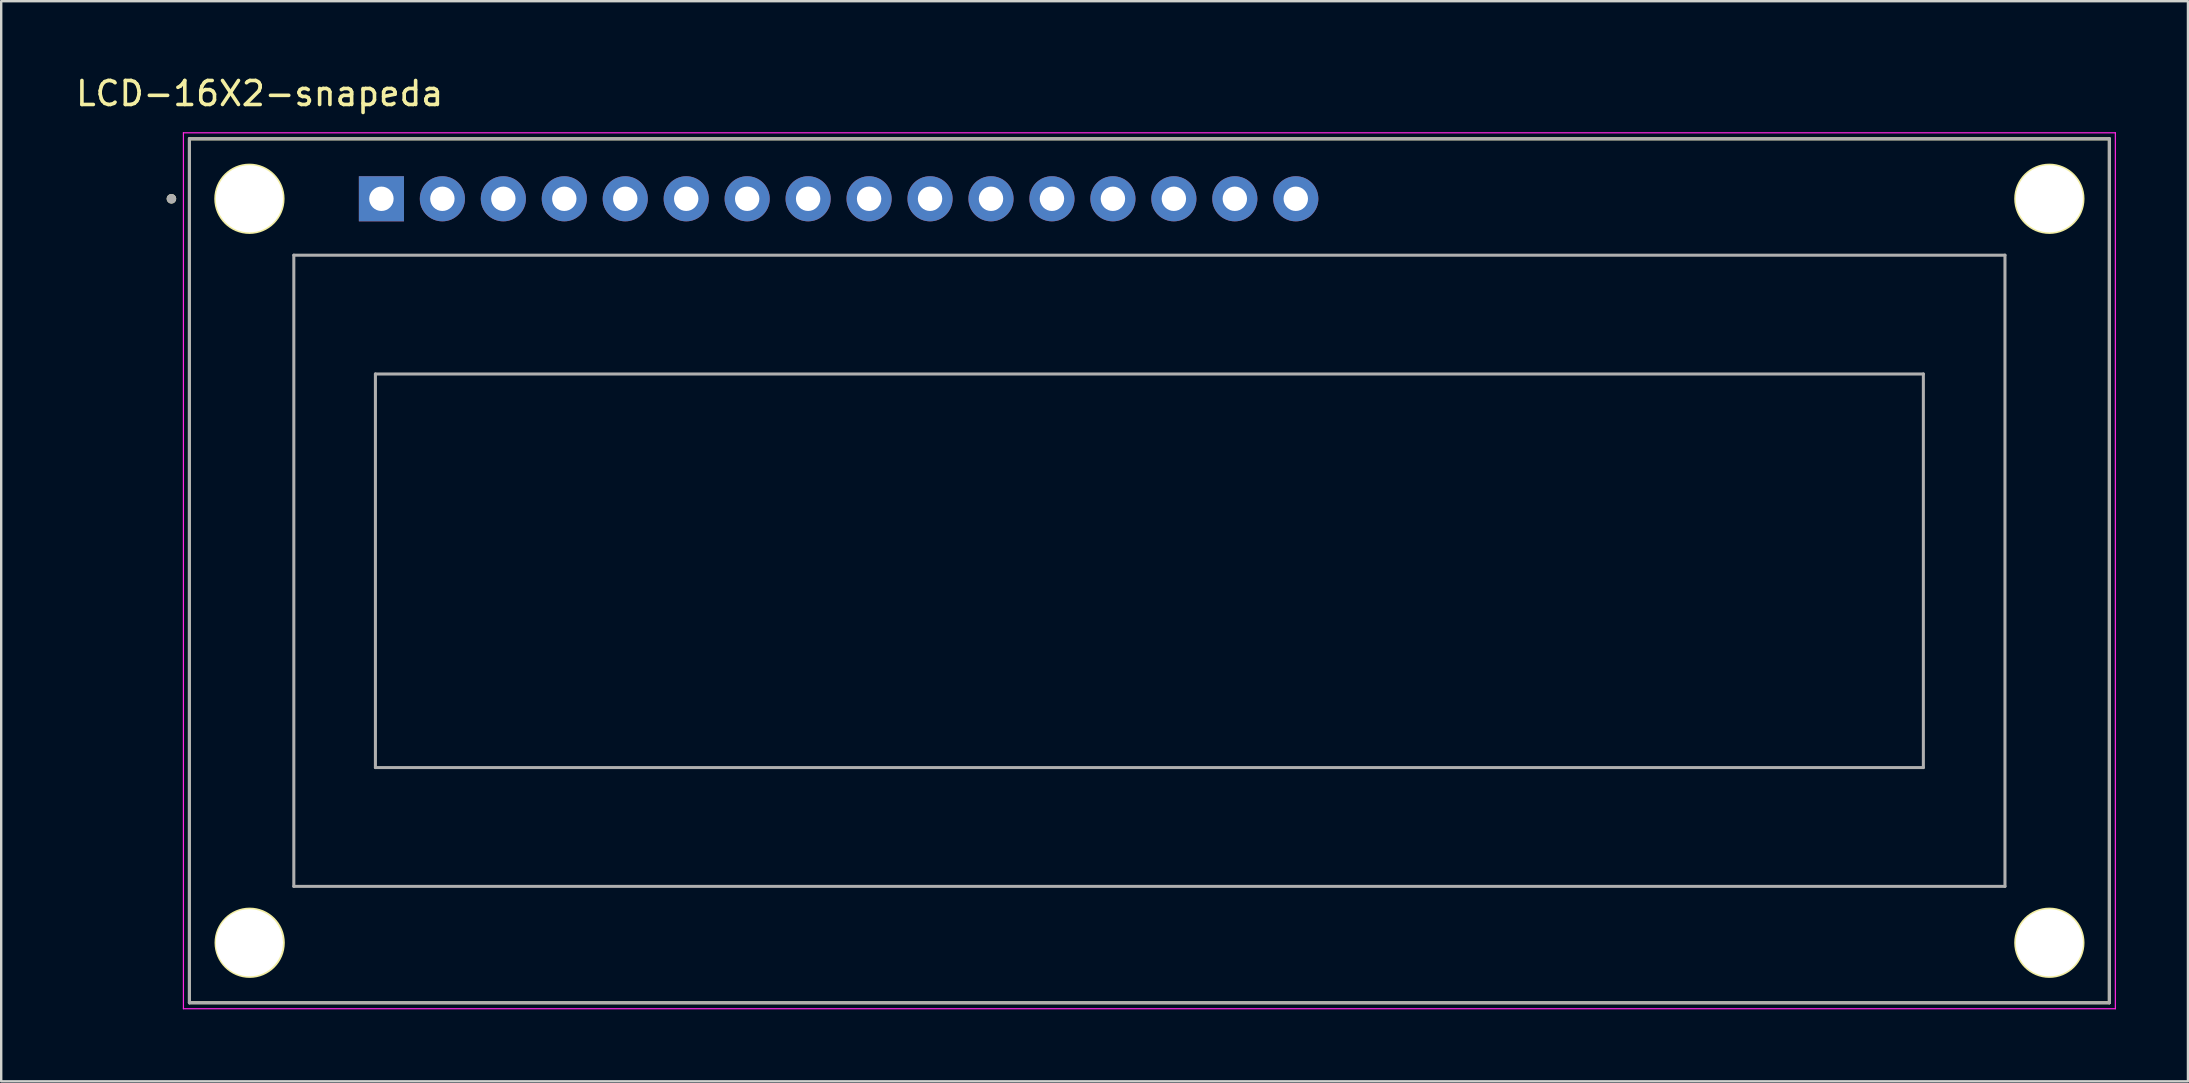
<source format=kicad_pcb>
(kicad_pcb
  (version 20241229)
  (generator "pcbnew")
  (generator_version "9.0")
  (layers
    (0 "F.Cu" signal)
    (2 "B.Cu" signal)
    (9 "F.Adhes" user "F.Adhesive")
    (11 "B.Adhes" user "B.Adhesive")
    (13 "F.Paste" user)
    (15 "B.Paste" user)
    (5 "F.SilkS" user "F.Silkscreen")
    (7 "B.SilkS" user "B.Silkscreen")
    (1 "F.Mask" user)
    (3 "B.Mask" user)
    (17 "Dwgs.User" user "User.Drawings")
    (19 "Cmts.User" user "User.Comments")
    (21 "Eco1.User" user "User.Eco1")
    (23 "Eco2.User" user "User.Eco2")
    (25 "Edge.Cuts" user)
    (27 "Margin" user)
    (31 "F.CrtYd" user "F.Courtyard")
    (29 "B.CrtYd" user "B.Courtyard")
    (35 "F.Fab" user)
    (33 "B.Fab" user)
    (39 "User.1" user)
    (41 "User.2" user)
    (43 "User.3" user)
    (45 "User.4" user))
  (footprint "LCD-16X2-snapeda"
    (layer "F.Cu")
    (at 7.343 5.233)
    (property "Reference" "LCD-16X2-snapeda" (at 0.425 -4.385 0) (layer "F.SilkS") (effects (font (size 1 1) (thickness 0.15))))
    (attr through_hole)
    (fp_line (start -2.5 -2.5) (end 77.5 -2.5) (stroke (width 0.127) (type solid)) (layer "F.SilkS"))
    (fp_line (start -2.5 33.5) (end -2.5 -2.5) (stroke (width 0.127) (type solid)) (layer "F.SilkS"))
    (fp_line (start 77.5 -2.5) (end 77.5 33.5) (stroke (width 0.127) (type solid)) (layer "F.SilkS"))
    (fp_line (start 77.5 33.5) (end -2.5 33.5) (stroke (width 0.127) (type solid)) (layer "F.SilkS"))
    (fp_circle (center -3.25 0) (end -3.15 0) (stroke (width 0.2) (type solid)) (fill no) (layer "F.SilkS"))
    (fp_circle (center 0 0) (end 1 -1) (stroke (width 0.1) (type default)) (fill no) (layer "F.SilkS"))
    (fp_circle (center 0.01 31) (end 1.424 31) (stroke (width 0.1) (type solid)) (fill no) (layer "F.SilkS"))
    (fp_circle (center 75 0) (end 76.414 0) (stroke (width 0.1) (type solid)) (fill no) (layer "F.SilkS"))
    (fp_circle (center 75 31) (end 76.414 31) (stroke (width 0.1) (type solid)) (fill no) (layer "F.SilkS"))
    (fp_line (start -2.75 -2.75) (end -2.75 33.75) (stroke (width 0.05) (type solid)) (layer "F.CrtYd"))
    (fp_line (start -2.75 33.75) (end 77.75 33.75) (stroke (width 0.05) (type solid)) (layer "F.CrtYd"))
    (fp_line (start 77.75 -2.75) (end -2.75 -2.75) (stroke (width 0.05) (type solid)) (layer "F.CrtYd"))
    (fp_line (start 77.75 33.75) (end 77.75 -2.75) (stroke (width 0.05) (type solid)) (layer "F.CrtYd"))
    (fp_line (start -2.5 -2.5) (end 77.5 -2.5) (stroke (width 0.127) (type solid)) (layer "F.Fab"))
    (fp_line (start -2.5 33.5) (end -2.5 -2.5) (stroke (width 0.127) (type solid)) (layer "F.Fab"))
    (fp_line (start 1.85 2.35) (end 73.15 2.35) (stroke (width 0.127) (type solid)) (layer "F.Fab"))
    (fp_line (start 1.85 28.65) (end 1.85 2.35) (stroke (width 0.127) (type solid)) (layer "F.Fab"))
    (fp_line (start 5.25 7.3) (end 69.75 7.3) (stroke (width 0.127) (type solid)) (layer "F.Fab"))
    (fp_line (start 5.25 23.7) (end 5.25 7.3) (stroke (width 0.127) (type solid)) (layer "F.Fab"))
    (fp_line (start 69.75 7.3) (end 69.75 23.7) (stroke (width 0.127) (type solid)) (layer "F.Fab"))
    (fp_line (start 69.75 23.7) (end 5.25 23.7) (stroke (width 0.127) (type solid)) (layer "F.Fab"))
    (fp_line (start 73.15 2.35) (end 73.15 28.65) (stroke (width 0.127) (type solid)) (layer "F.Fab"))
    (fp_line (start 73.15 28.65) (end 1.85 28.65) (stroke (width 0.127) (type solid)) (layer "F.Fab"))
    (fp_line (start 77.5 -2.5) (end 77.5 33.5) (stroke (width 0.127) (type solid)) (layer "F.Fab"))
    (fp_line (start 77.5 33.5) (end -2.5 33.5) (stroke (width 0.127) (type solid)) (layer "F.Fab"))
    (fp_circle (center -3.25 0) (end -3.15 0) (stroke (width 0.2) (type solid)) (fill no) (layer "F.Fab"))
    (pad "" np_thru_hole circle (at 0 0) (size 2.8 2.8) (drill 2.8) (layers "*.Cu" "*.Mask"))
    (pad "" np_thru_hole circle (at 0 31) (size 2.8 2.8) (drill 2.8) (layers "*.Cu" "*.Mask"))
    (pad "" np_thru_hole circle (at 75 0) (size 2.8 2.8) (drill 2.8) (layers "*.Cu" "*.Mask"))
    (pad "" np_thru_hole circle (at 75 31) (size 2.8 2.8) (drill 2.8) (layers "*.Cu" "*.Mask"))
    (pad "1" thru_hole rect (at 5.5 0) (size 1.88 1.88) (drill 1.016) (layers "*.Cu" "*.Mask"))
    (pad "2" thru_hole circle (at 8.04 0) (size 1.88 1.88) (drill 1.016) (layers "*.Cu" "*.Mask"))
    (pad "3" thru_hole circle (at 10.58 0) (size 1.88 1.88) (drill 1.016) (layers "*.Cu" "*.Mask"))
    (pad "4" thru_hole circle (at 13.12 0) (size 1.88 1.88) (drill 1.016) (layers "*.Cu" "*.Mask"))
    (pad "5" thru_hole circle (at 15.66 0) (size 1.88 1.88) (drill 1.016) (layers "*.Cu" "*.Mask"))
    (pad "6" thru_hole circle (at 18.2 0) (size 1.88 1.88) (drill 1.016) (layers "*.Cu" "*.Mask"))
    (pad "7" thru_hole circle (at 20.74 0) (size 1.88 1.88) (drill 1.016) (layers "*.Cu" "*.Mask"))
    (pad "8" thru_hole circle (at 23.28 0) (size 1.88 1.88) (drill 1.016) (layers "*.Cu" "*.Mask"))
    (pad "9" thru_hole circle (at 25.82 0) (size 1.88 1.88) (drill 1.016) (layers "*.Cu" "*.Mask"))
    (pad "10" thru_hole circle (at 28.36 0) (size 1.88 1.88) (drill 1.016) (layers "*.Cu" "*.Mask"))
    (pad "11" thru_hole circle (at 30.9 0) (size 1.88 1.88) (drill 1.016) (layers "*.Cu" "*.Mask"))
    (pad "12" thru_hole circle (at 33.44 0) (size 1.88 1.88) (drill 1.016) (layers "*.Cu" "*.Mask"))
    (pad "13" thru_hole circle (at 35.98 0) (size 1.88 1.88) (drill 1.016) (layers "*.Cu" "*.Mask"))
    (pad "14" thru_hole circle (at 38.52 0) (size 1.88 1.88) (drill 1.016) (layers "*.Cu" "*.Mask"))
    (pad "15" thru_hole circle (at 41.06 0) (size 1.88 1.88) (drill 1.016) (layers "*.Cu" "*.Mask"))
    (pad "16" thru_hole circle (at 43.6 0) (size 1.88 1.88) (drill 1.016) (layers "*.Cu" "*.Mask")))
  (gr_rect
    (start -3 -3)
    (end 88.118 42.008)
    (stroke (width 0.1) (type default))
    (fill no)
    (layer "Edge.Cuts")))
</source>
